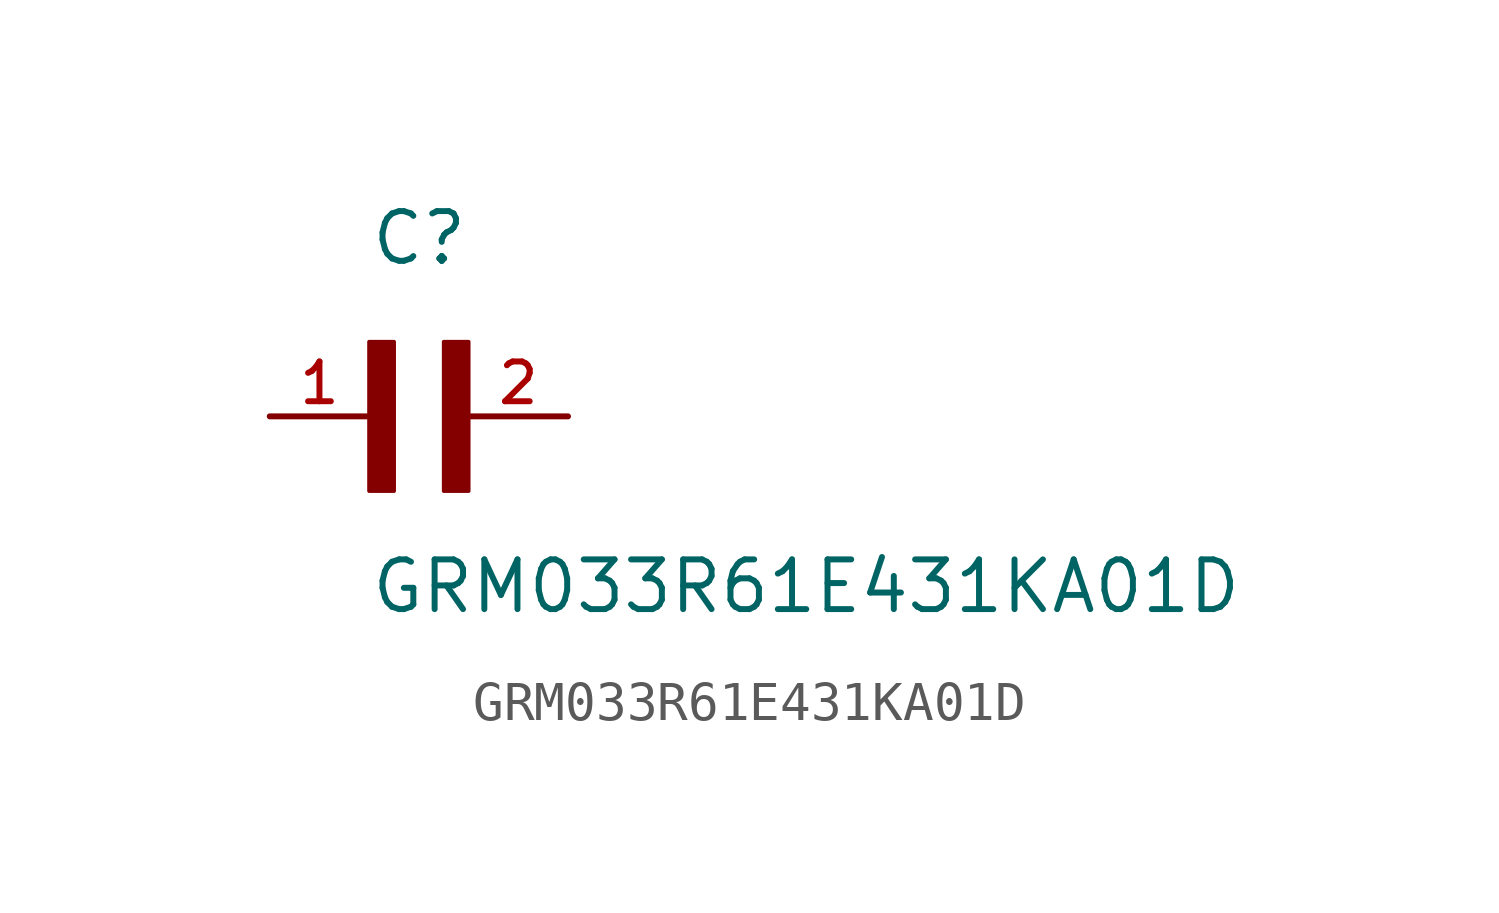
<source format=kicad_sym>
(kicad_symbol_lib
  (version 20211014)
  (generator kicad_symbol_editor)
  (symbol "GRM033R61E431KA01D"
    (pin_names
      (offset 1.016))
    (property "Reference" "C"
      (at 0.0 3.811 0)
      (effects (font (size 1.27 1.27)) (justify bottom left)))
    (property "Value" "GRM033R61E431KA01D"
      (at 0.0 -5.088 0)
      (effects (font (size 1.27 1.27)) (justify bottom left)))
    (symbol "GRM033R61E431KA01D_0_0"
      (rectangle (start 0.0 -1.907) (end 0.635 1.905) (stroke (width 0.1)) (fill (type outline)))
      (rectangle (start 1.907 -1.907) (end 2.54 1.905) (stroke (width 0.1)) (fill (type outline)))
      (pin passive line (at 5.08 0.0 180.0) (length 2.54) (name "~" (effects (font (size 1.016 1.016)))) (number "2" (effects (font (size 1.016 1.016)))))
      (pin passive line (at -2.54 0.0 0) (length 2.54) (name "~" (effects (font (size 1.016 1.016)))) (number "1" (effects (font (size 1.016 1.016))))))))
</source>
